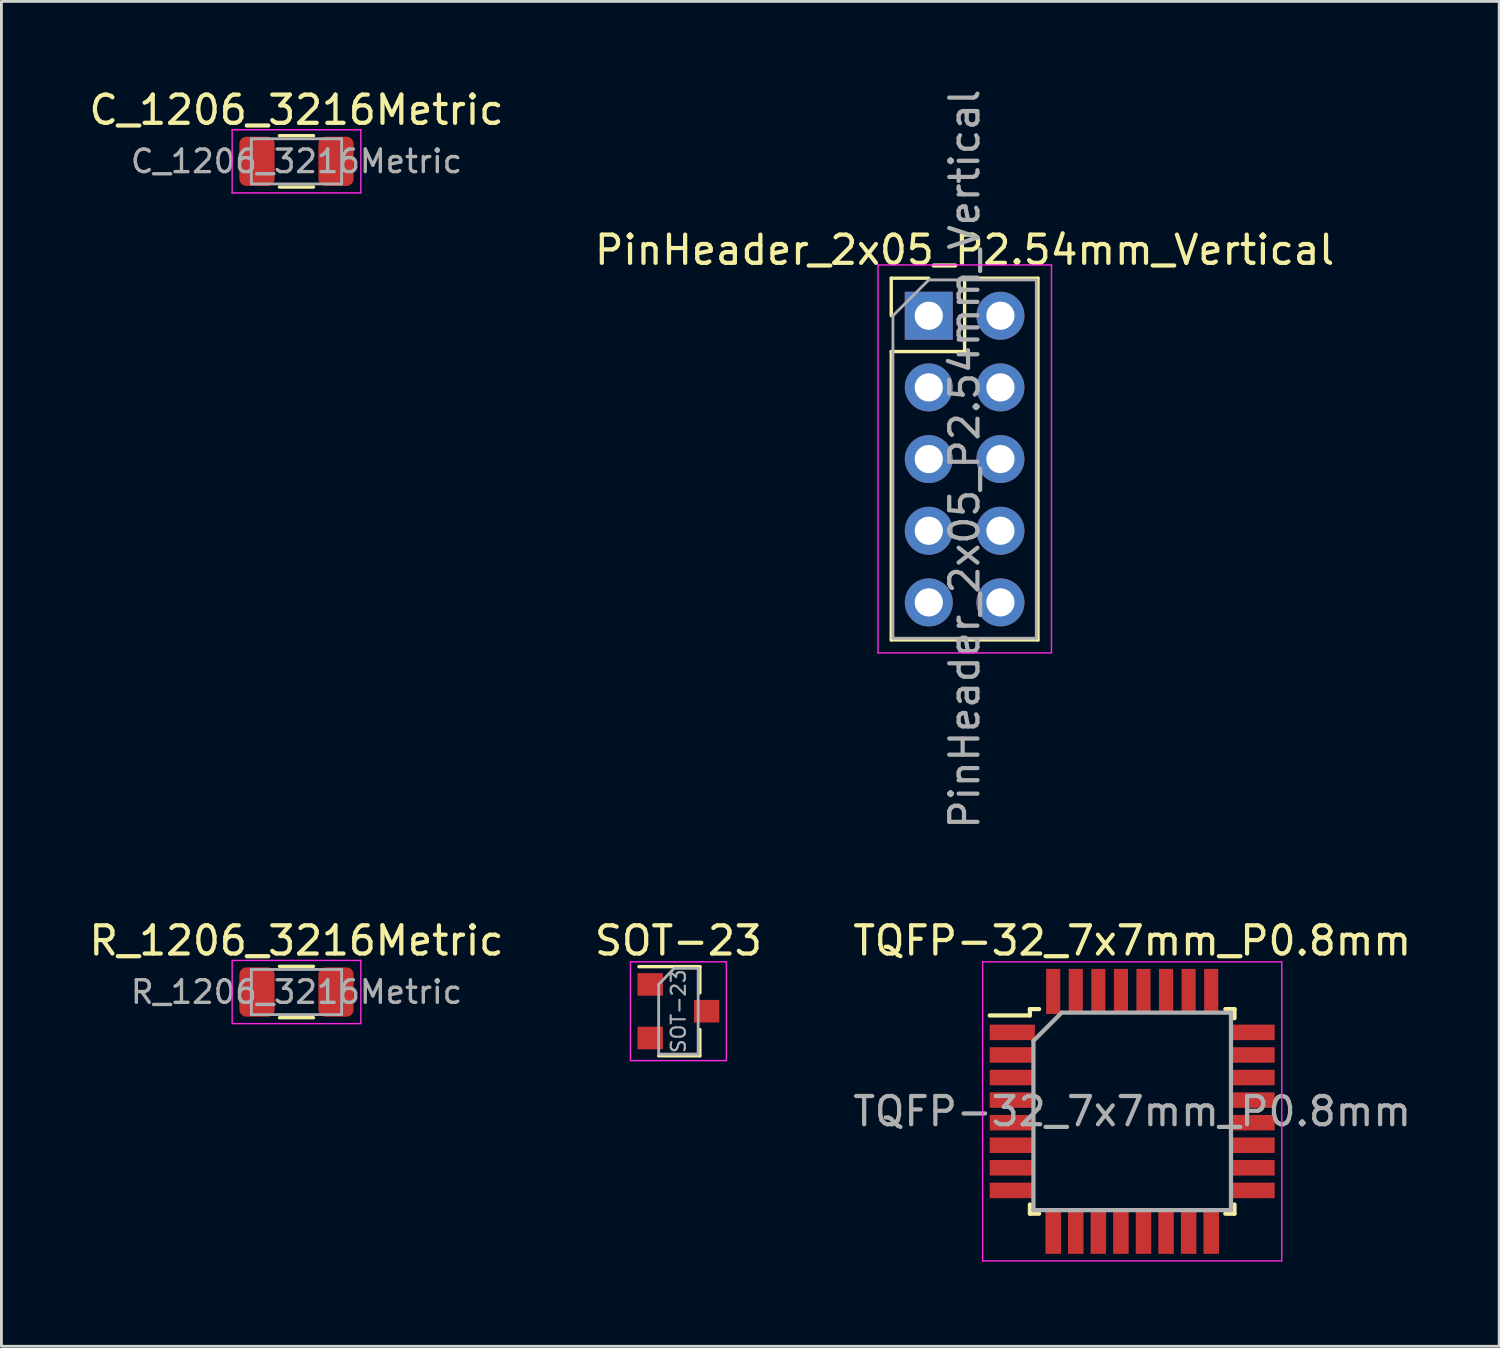
<source format=kicad_pcb>
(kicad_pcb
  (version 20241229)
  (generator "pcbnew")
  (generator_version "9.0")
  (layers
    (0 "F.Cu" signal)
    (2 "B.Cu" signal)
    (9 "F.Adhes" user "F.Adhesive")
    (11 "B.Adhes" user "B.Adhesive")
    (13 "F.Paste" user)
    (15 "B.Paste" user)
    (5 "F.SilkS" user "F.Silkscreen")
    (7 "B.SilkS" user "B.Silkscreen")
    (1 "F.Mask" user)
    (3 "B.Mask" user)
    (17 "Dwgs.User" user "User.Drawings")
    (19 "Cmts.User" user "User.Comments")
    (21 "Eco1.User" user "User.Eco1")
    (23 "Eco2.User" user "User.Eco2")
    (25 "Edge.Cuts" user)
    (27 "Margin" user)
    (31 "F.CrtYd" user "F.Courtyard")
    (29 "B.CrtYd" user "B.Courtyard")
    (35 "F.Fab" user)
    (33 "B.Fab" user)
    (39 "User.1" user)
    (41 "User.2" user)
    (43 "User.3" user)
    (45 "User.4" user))
  (footprint "PinHeader_2x05_P2.54mm_Vertical"
    (layer "F.Cu")
    (at 29.867 8.14)
    (property "Reference" "PinHeader_2x05_P2.54mm_Vertical" (at 1.27 -2.33 0) (layer "F.SilkS") (effects (font (size 1 1) (thickness 0.15))))
    (attr through_hole)
    (fp_line (start -1.33 -1.33) (end 0 -1.33) (stroke (width 0.12) (type solid)) (layer "F.SilkS"))
    (fp_line (start -1.33 0) (end -1.33 -1.33) (stroke (width 0.12) (type solid)) (layer "F.SilkS"))
    (fp_line (start -1.33 1.27) (end -1.33 11.49) (stroke (width 0.12) (type solid)) (layer "F.SilkS"))
    (fp_line (start -1.33 1.27) (end 1.27 1.27) (stroke (width 0.12) (type solid)) (layer "F.SilkS"))
    (fp_line (start -1.33 11.49) (end 3.87 11.49) (stroke (width 0.12) (type solid)) (layer "F.SilkS"))
    (fp_line (start 1.27 -1.33) (end 3.87 -1.33) (stroke (width 0.12) (type solid)) (layer "F.SilkS"))
    (fp_line (start 1.27 1.27) (end 1.27 -1.33) (stroke (width 0.12) (type solid)) (layer "F.SilkS"))
    (fp_line (start 3.87 -1.33) (end 3.87 11.49) (stroke (width 0.12) (type solid)) (layer "F.SilkS"))
    (fp_line (start -1.8 -1.8) (end -1.8 11.95) (stroke (width 0.05) (type solid)) (layer "F.CrtYd"))
    (fp_line (start -1.8 11.95) (end 4.35 11.95) (stroke (width 0.05) (type solid)) (layer "F.CrtYd"))
    (fp_line (start 4.35 -1.8) (end -1.8 -1.8) (stroke (width 0.05) (type solid)) (layer "F.CrtYd"))
    (fp_line (start 4.35 11.95) (end 4.35 -1.8) (stroke (width 0.05) (type solid)) (layer "F.CrtYd"))
    (fp_line (start -1.27 0) (end 0 -1.27) (stroke (width 0.1) (type solid)) (layer "F.Fab"))
    (fp_line (start -1.27 11.43) (end -1.27 0) (stroke (width 0.1) (type solid)) (layer "F.Fab"))
    (fp_line (start 0 -1.27) (end 3.81 -1.27) (stroke (width 0.1) (type solid)) (layer "F.Fab"))
    (fp_line (start 3.81 -1.27) (end 3.81 11.43) (stroke (width 0.1) (type solid)) (layer "F.Fab"))
    (fp_line (start 3.81 11.43) (end -1.27 11.43) (stroke (width 0.1) (type solid)) (layer "F.Fab"))
    (fp_text user "${REFERENCE}" (at 1.27 5.08 90) (layer "F.Fab") (effects (font (size 1 1) (thickness 0.15))))
    (pad "1" thru_hole rect (at 0 0) (size 1.7 1.7) (drill 1) (layers "*.Cu" "*.Mask"))
    (pad "2" thru_hole oval (at 2.54 0) (size 1.7 1.7) (drill 1) (layers "*.Cu" "*.Mask"))
    (pad "3" thru_hole oval (at 0 2.54) (size 1.7 1.7) (drill 1) (layers "*.Cu" "*.Mask"))
    (pad "4" thru_hole oval (at 2.54 2.54) (size 1.7 1.7) (drill 1) (layers "*.Cu" "*.Mask"))
    (pad "5" thru_hole oval (at 0 5.08) (size 1.7 1.7) (drill 1) (layers "*.Cu" "*.Mask"))
    (pad "6" thru_hole oval (at 2.54 5.08) (size 1.7 1.7) (drill 1) (layers "*.Cu" "*.Mask"))
    (pad "7" thru_hole oval (at 0 7.62) (size 1.7 1.7) (drill 1) (layers "*.Cu" "*.Mask"))
    (pad "8" thru_hole oval (at 2.54 7.62) (size 1.7 1.7) (drill 1) (layers "*.Cu" "*.Mask"))
    (pad "9" thru_hole oval (at 0 10.16) (size 1.7 1.7) (drill 1) (layers "*.Cu" "*.Mask"))
    (pad "10" thru_hole oval (at 2.54 10.16) (size 1.7 1.7) (drill 1) (layers "*.Cu" "*.Mask")))
  (footprint "C_1206_3216Metric"
    (layer "F.Cu")
    (at 7.458 2.668)
    (property "Reference" "C_1206_3216Metric" (at 0 -1.82 0) (layer "F.SilkS") (effects (font (size 1 1) (thickness 0.15))))
    (attr smd)
    (fp_line (start -0.602 -0.91) (end 0.602 -0.91) (stroke (width 0.12) (type solid)) (layer "F.SilkS"))
    (fp_line (start -0.602 0.91) (end 0.602 0.91) (stroke (width 0.12) (type solid)) (layer "F.SilkS"))
    (fp_line (start -2.28 -1.12) (end 2.28 -1.12) (stroke (width 0.05) (type solid)) (layer "F.CrtYd"))
    (fp_line (start -2.28 1.12) (end -2.28 -1.12) (stroke (width 0.05) (type solid)) (layer "F.CrtYd"))
    (fp_line (start 2.28 -1.12) (end 2.28 1.12) (stroke (width 0.05) (type solid)) (layer "F.CrtYd"))
    (fp_line (start 2.28 1.12) (end -2.28 1.12) (stroke (width 0.05) (type solid)) (layer "F.CrtYd"))
    (fp_line (start -1.6 -0.8) (end 1.6 -0.8) (stroke (width 0.1) (type solid)) (layer "F.Fab"))
    (fp_line (start -1.6 0.8) (end -1.6 -0.8) (stroke (width 0.1) (type solid)) (layer "F.Fab"))
    (fp_line (start 1.6 -0.8) (end 1.6 0.8) (stroke (width 0.1) (type solid)) (layer "F.Fab"))
    (fp_line (start 1.6 0.8) (end -1.6 0.8) (stroke (width 0.1) (type solid)) (layer "F.Fab"))
    (fp_text user "${REFERENCE}" (at 0 0 0) (layer "F.Fab") (effects (font (size 0.8 0.8) (thickness 0.12))))
    (pad "1" smd roundrect (at -1.4 0) (size 1.25 1.75) (layers "F.Cu" "F.Mask" "F.Paste") (roundrect_rratio 0.2))
    (pad "2" smd roundrect (at 1.4 0) (size 1.25 1.75) (layers "F.Cu" "F.Mask" "F.Paste") (roundrect_rratio 0.2)))
  (footprint "R_1206_3216Metric"
    (layer "F.Cu")
    (at 7.458 32.109)
    (property "Reference" "R_1206_3216Metric" (at 0 -1.82 0) (layer "F.SilkS") (effects (font (size 1 1) (thickness 0.15))))
    (attr smd)
    (fp_line (start -0.602 -0.91) (end 0.602 -0.91) (stroke (width 0.12) (type solid)) (layer "F.SilkS"))
    (fp_line (start -0.602 0.91) (end 0.602 0.91) (stroke (width 0.12) (type solid)) (layer "F.SilkS"))
    (fp_line (start -2.28 -1.12) (end 2.28 -1.12) (stroke (width 0.05) (type solid)) (layer "F.CrtYd"))
    (fp_line (start -2.28 1.12) (end -2.28 -1.12) (stroke (width 0.05) (type solid)) (layer "F.CrtYd"))
    (fp_line (start 2.28 -1.12) (end 2.28 1.12) (stroke (width 0.05) (type solid)) (layer "F.CrtYd"))
    (fp_line (start 2.28 1.12) (end -2.28 1.12) (stroke (width 0.05) (type solid)) (layer "F.CrtYd"))
    (fp_line (start -1.6 -0.8) (end 1.6 -0.8) (stroke (width 0.1) (type solid)) (layer "F.Fab"))
    (fp_line (start -1.6 0.8) (end -1.6 -0.8) (stroke (width 0.1) (type solid)) (layer "F.Fab"))
    (fp_line (start 1.6 -0.8) (end 1.6 0.8) (stroke (width 0.1) (type solid)) (layer "F.Fab"))
    (fp_line (start 1.6 0.8) (end -1.6 0.8) (stroke (width 0.1) (type solid)) (layer "F.Fab"))
    (fp_text user "${REFERENCE}" (at 0 0 0) (layer "F.Fab") (effects (font (size 0.8 0.8) (thickness 0.12))))
    (pad "1" smd roundrect (at -1.4 0) (size 1.25 1.75) (layers "F.Cu" "F.Mask" "F.Paste") (roundrect_rratio 0.2))
    (pad "2" smd roundrect (at 1.4 0) (size 1.25 1.75) (layers "F.Cu" "F.Mask" "F.Paste") (roundrect_rratio 0.2)))
  (footprint "SOT-23"
    (layer "F.Cu")
    (at 20.994 32.789)
    (property "Reference" "SOT-23" (at 0 -2.5 0) (layer "F.SilkS") (effects (font (size 1 1) (thickness 0.15))))
    (attr smd)
    (fp_line (start 0.76 -1.58) (end -1.4 -1.58) (stroke (width 0.12) (type solid)) (layer "F.SilkS"))
    (fp_line (start 0.76 -1.58) (end 0.76 -0.65) (stroke (width 0.12) (type solid)) (layer "F.SilkS"))
    (fp_line (start 0.76 1.58) (end -0.7 1.58) (stroke (width 0.12) (type solid)) (layer "F.SilkS"))
    (fp_line (start 0.76 1.58) (end 0.76 0.65) (stroke (width 0.12) (type solid)) (layer "F.SilkS"))
    (fp_line (start -1.7 -1.75) (end 1.7 -1.75) (stroke (width 0.05) (type solid)) (layer "F.CrtYd"))
    (fp_line (start -1.7 1.75) (end -1.7 -1.75) (stroke (width 0.05) (type solid)) (layer "F.CrtYd"))
    (fp_line (start 1.7 -1.75) (end 1.7 1.75) (stroke (width 0.05) (type solid)) (layer "F.CrtYd"))
    (fp_line (start 1.7 1.75) (end -1.7 1.75) (stroke (width 0.05) (type solid)) (layer "F.CrtYd"))
    (fp_line (start -0.7 -0.95) (end -0.7 1.5) (stroke (width 0.1) (type solid)) (layer "F.Fab"))
    (fp_line (start -0.7 -0.95) (end -0.15 -1.52) (stroke (width 0.1) (type solid)) (layer "F.Fab"))
    (fp_line (start -0.7 1.52) (end 0.7 1.52) (stroke (width 0.1) (type solid)) (layer "F.Fab"))
    (fp_line (start -0.15 -1.52) (end 0.7 -1.52) (stroke (width 0.1) (type solid)) (layer "F.Fab"))
    (fp_line (start 0.7 -1.52) (end 0.7 1.52) (stroke (width 0.1) (type solid)) (layer "F.Fab"))
    (fp_text user "${REFERENCE}" (at 0 0 90) (layer "F.Fab") (effects (font (size 0.5 0.5) (thickness 0.075))))
    (pad "1" smd rect (at -1 -0.95) (size 0.9 0.8) (layers "F.Cu" "F.Mask" "F.Paste"))
    (pad "2" smd rect (at -1 0.95) (size 0.9 0.8) (layers "F.Cu" "F.Mask" "F.Paste"))
    (pad "3" smd rect (at 1 0) (size 0.9 0.8) (layers "F.Cu" "F.Mask" "F.Paste")))
  (footprint "TQFP-32_7x7mm_P0.8mm"
    (layer "F.Cu")
    (at 37.077 36.339)
    (property "Reference" "TQFP-32_7x7mm_P0.8mm" (at 0 -6.05 0) (layer "F.SilkS") (effects (font (size 1 1) (thickness 0.15))))
    (attr smd)
    (fp_line (start -3.625 -3.625) (end -3.625 -3.4) (stroke (width 0.15) (type solid)) (layer "F.SilkS"))
    (fp_line (start -3.625 -3.625) (end -3.3 -3.625) (stroke (width 0.15) (type solid)) (layer "F.SilkS"))
    (fp_line (start -3.625 -3.4) (end -5.05 -3.4) (stroke (width 0.15) (type solid)) (layer "F.SilkS"))
    (fp_line (start -3.625 3.625) (end -3.625 3.3) (stroke (width 0.15) (type solid)) (layer "F.SilkS"))
    (fp_line (start -3.625 3.625) (end -3.3 3.625) (stroke (width 0.15) (type solid)) (layer "F.SilkS"))
    (fp_line (start 3.625 -3.625) (end 3.3 -3.625) (stroke (width 0.15) (type solid)) (layer "F.SilkS"))
    (fp_line (start 3.625 -3.625) (end 3.625 -3.3) (stroke (width 0.15) (type solid)) (layer "F.SilkS"))
    (fp_line (start 3.625 3.625) (end 3.3 3.625) (stroke (width 0.15) (type solid)) (layer "F.SilkS"))
    (fp_line (start 3.625 3.625) (end 3.625 3.3) (stroke (width 0.15) (type solid)) (layer "F.SilkS"))
    (fp_line (start -5.3 -5.3) (end -5.3 5.3) (stroke (width 0.05) (type solid)) (layer "F.CrtYd"))
    (fp_line (start -5.3 -5.3) (end 5.3 -5.3) (stroke (width 0.05) (type solid)) (layer "F.CrtYd"))
    (fp_line (start -5.3 5.3) (end 5.3 5.3) (stroke (width 0.05) (type solid)) (layer "F.CrtYd"))
    (fp_line (start 5.3 -5.3) (end 5.3 5.3) (stroke (width 0.05) (type solid)) (layer "F.CrtYd"))
    (fp_line (start -3.5 -2.5) (end -2.5 -3.5) (stroke (width 0.15) (type solid)) (layer "F.Fab"))
    (fp_line (start -3.5 3.5) (end -3.5 -2.5) (stroke (width 0.15) (type solid)) (layer "F.Fab"))
    (fp_line (start -2.5 -3.5) (end 3.5 -3.5) (stroke (width 0.15) (type solid)) (layer "F.Fab"))
    (fp_line (start 3.5 -3.5) (end 3.5 3.5) (stroke (width 0.15) (type solid)) (layer "F.Fab"))
    (fp_line (start 3.5 3.5) (end -3.5 3.5) (stroke (width 0.15) (type solid)) (layer "F.Fab"))
    (fp_text user "${REFERENCE}" (at 0 0 0) (layer "F.Fab") (effects (font (size 1 1) (thickness 0.15))))
    (pad "1" smd rect (at -4.25 -2.8) (size 1.6 0.55) (layers "F.Cu" "F.Mask" "F.Paste"))
    (pad "2" smd rect (at -4.25 -2) (size 1.6 0.55) (layers "F.Cu" "F.Mask" "F.Paste"))
    (pad "3" smd rect (at -4.25 -1.2) (size 1.6 0.55) (layers "F.Cu" "F.Mask" "F.Paste"))
    (pad "4" smd rect (at -4.25 -0.4) (size 1.6 0.55) (layers "F.Cu" "F.Mask" "F.Paste"))
    (pad "5" smd rect (at -4.25 0.4) (size 1.6 0.55) (layers "F.Cu" "F.Mask" "F.Paste"))
    (pad "6" smd rect (at -4.25 1.2) (size 1.6 0.55) (layers "F.Cu" "F.Mask" "F.Paste"))
    (pad "7" smd rect (at -4.25 2) (size 1.6 0.55) (layers "F.Cu" "F.Mask" "F.Paste"))
    (pad "8" smd rect (at -4.25 2.8) (size 1.6 0.55) (layers "F.Cu" "F.Mask" "F.Paste"))
    (pad "9" smd rect (at -2.8 4.25 90) (size 1.6 0.55) (layers "F.Cu" "F.Mask" "F.Paste"))
    (pad "10" smd rect (at -2 4.25 90) (size 1.6 0.55) (layers "F.Cu" "F.Mask" "F.Paste"))
    (pad "11" smd rect (at -1.2 4.25 90) (size 1.6 0.55) (layers "F.Cu" "F.Mask" "F.Paste"))
    (pad "12" smd rect (at -0.4 4.25 90) (size 1.6 0.55) (layers "F.Cu" "F.Mask" "F.Paste"))
    (pad "13" smd rect (at 0.4 4.25 90) (size 1.6 0.55) (layers "F.Cu" "F.Mask" "F.Paste"))
    (pad "14" smd rect (at 1.2 4.25 90) (size 1.6 0.55) (layers "F.Cu" "F.Mask" "F.Paste"))
    (pad "15" smd rect (at 2 4.25 90) (size 1.6 0.55) (layers "F.Cu" "F.Mask" "F.Paste"))
    (pad "16" smd rect (at 2.8 4.25 90) (size 1.6 0.55) (layers "F.Cu" "F.Mask" "F.Paste"))
    (pad "17" smd rect (at 4.25 2.8) (size 1.6 0.55) (layers "F.Cu" "F.Mask" "F.Paste"))
    (pad "18" smd rect (at 4.25 2) (size 1.6 0.55) (layers "F.Cu" "F.Mask" "F.Paste"))
    (pad "19" smd rect (at 4.25 1.2) (size 1.6 0.55) (layers "F.Cu" "F.Mask" "F.Paste"))
    (pad "20" smd rect (at 4.25 0.4) (size 1.6 0.55) (layers "F.Cu" "F.Mask" "F.Paste"))
    (pad "21" smd rect (at 4.25 -0.4) (size 1.6 0.55) (layers "F.Cu" "F.Mask" "F.Paste"))
    (pad "22" smd rect (at 4.25 -1.2) (size 1.6 0.55) (layers "F.Cu" "F.Mask" "F.Paste"))
    (pad "23" smd rect (at 4.25 -2) (size 1.6 0.55) (layers "F.Cu" "F.Mask" "F.Paste"))
    (pad "24" smd rect (at 4.25 -2.8) (size 1.6 0.55) (layers "F.Cu" "F.Mask" "F.Paste"))
    (pad "25" smd rect (at 2.8 -4.25 90) (size 1.6 0.5) (layers "F.Cu" "F.Mask" "F.Paste"))
    (pad "26" smd rect (at 2 -4.25 90) (size 1.6 0.5) (layers "F.Cu" "F.Mask" "F.Paste"))
    (pad "27" smd rect (at 1.2 -4.25 90) (size 1.6 0.5) (layers "F.Cu" "F.Mask" "F.Paste"))
    (pad "28" smd rect (at 0.4 -4.25 90) (size 1.6 0.5) (layers "F.Cu" "F.Mask" "F.Paste"))
    (pad "29" smd rect (at -0.4 -4.25 90) (size 1.6 0.5) (layers "F.Cu" "F.Mask" "F.Paste"))
    (pad "30" smd rect (at -1.2 -4.25 90) (size 1.6 0.5) (layers "F.Cu" "F.Mask" "F.Paste"))
    (pad "31" smd rect (at -2 -4.25 90) (size 1.6 0.5) (layers "F.Cu" "F.Mask" "F.Paste"))
    (pad "32" smd rect (at -2.8 -4.25 90) (size 1.6 0.5) (layers "F.Cu" "F.Mask" "F.Paste")))
  (gr_rect
    (start -3 -3)
    (end 50.083 44.664)
    (stroke (width 0.1) (type default))
    (fill no)
    (layer "Edge.Cuts")))
</source>
